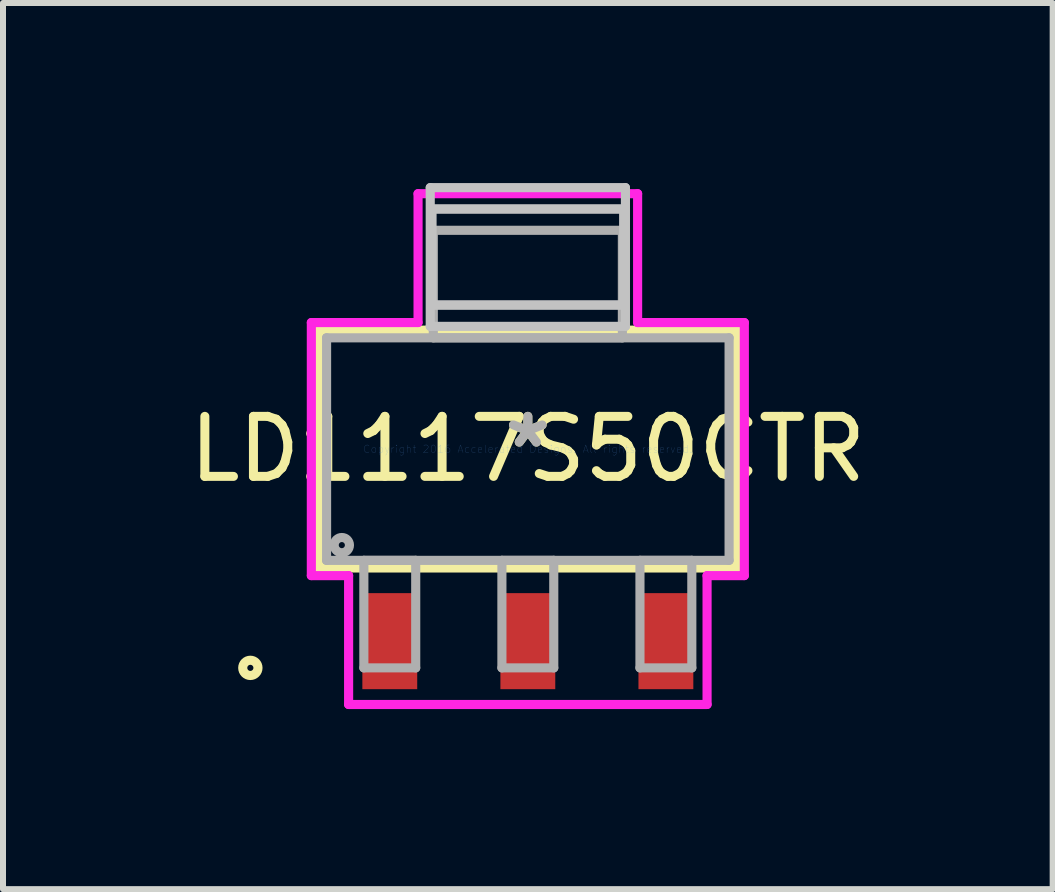
<source format=kicad_pcb>
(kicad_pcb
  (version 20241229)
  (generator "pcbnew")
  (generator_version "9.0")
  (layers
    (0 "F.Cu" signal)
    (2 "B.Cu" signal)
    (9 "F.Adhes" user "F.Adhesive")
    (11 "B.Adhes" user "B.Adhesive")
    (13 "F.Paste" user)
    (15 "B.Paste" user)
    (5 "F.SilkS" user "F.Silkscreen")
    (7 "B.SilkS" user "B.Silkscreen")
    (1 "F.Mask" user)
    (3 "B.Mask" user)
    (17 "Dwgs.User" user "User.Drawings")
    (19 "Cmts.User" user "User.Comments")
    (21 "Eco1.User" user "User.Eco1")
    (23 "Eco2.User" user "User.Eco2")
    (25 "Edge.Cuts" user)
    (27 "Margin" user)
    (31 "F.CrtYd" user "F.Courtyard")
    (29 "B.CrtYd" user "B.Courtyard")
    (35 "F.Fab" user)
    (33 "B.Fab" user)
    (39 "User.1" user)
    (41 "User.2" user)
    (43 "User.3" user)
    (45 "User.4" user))
  (footprint "LD1117S50CTR"
    (layer "F.Cu")
    (at 5.744 4.432)
    (property "Reference" "LD1117S50CTR" (at 0 0 0) (layer "F.SilkS") (effects (font (size 1 1) (thickness 0.15))))
    (attr through_hole)
    (fp_line (start -3.48 -1.981) (end -3.48 1.981) (stroke (width 0.152) (type solid)) (layer "F.SilkS"))
    (fp_line (start -3.48 1.981) (end 3.48 1.981) (stroke (width 0.152) (type solid)) (layer "F.SilkS"))
    (fp_line (start 3.48 -1.981) (end -3.48 -1.981) (stroke (width 0.152) (type solid)) (layer "F.SilkS"))
    (fp_line (start 3.48 1.981) (end 3.48 -1.981) (stroke (width 0.152) (type solid)) (layer "F.SilkS"))
    (fp_circle (center -4.623 3.645) (end -4.496 3.645) (stroke (width 0.152) (type solid)) (fill no) (layer "F.SilkS"))
    (fp_line (start -1.626 -4.356) (end -1.626 -2.045) (stroke (width 0.152) (type solid)) (layer "Dwgs.User"))
    (fp_line (start -1.626 -2.045) (end 1.626 -2.045) (stroke (width 0.152) (type solid)) (layer "Dwgs.User"))
    (fp_line (start -1.6 -4) (end -1.6 -2.4) (stroke (width 0.152) (type solid)) (layer "Dwgs.User"))
    (fp_line (start -1.6 -4) (end -1.6 -2.4) (stroke (width 0.152) (type solid)) (layer "Dwgs.User"))
    (fp_line (start -1.6 -2.4) (end 1.6 -2.4) (stroke (width 0.152) (type solid)) (layer "Dwgs.User"))
    (fp_line (start -1.6 -2.4) (end 1.6 -2.4) (stroke (width 0.152) (type solid)) (layer "Dwgs.User"))
    (fp_line (start 1.6 -4) (end -1.6 -4) (stroke (width 0.152) (type solid)) (layer "Dwgs.User"))
    (fp_line (start 1.6 -4) (end -1.6 -4) (stroke (width 0.152) (type solid)) (layer "Dwgs.User"))
    (fp_line (start 1.6 -2.4) (end 1.6 -4) (stroke (width 0.152) (type solid)) (layer "Dwgs.User"))
    (fp_line (start 1.6 -2.4) (end 1.6 -4) (stroke (width 0.152) (type solid)) (layer "Dwgs.User"))
    (fp_line (start 1.626 -4.356) (end -1.626 -4.356) (stroke (width 0.152) (type solid)) (layer "Dwgs.User"))
    (fp_line (start 1.626 -2.045) (end 1.626 -4.356) (stroke (width 0.152) (type solid)) (layer "Dwgs.User"))
    (fp_line (start -3.607 -2.108) (end -1.829 -2.108) (stroke (width 0.152) (type solid)) (layer "F.CrtYd"))
    (fp_line (start -3.607 2.108) (end -3.607 -2.108) (stroke (width 0.152) (type solid)) (layer "F.CrtYd"))
    (fp_line (start -2.986 2.108) (end -3.607 2.108) (stroke (width 0.152) (type solid)) (layer "F.CrtYd"))
    (fp_line (start -2.986 4.255) (end -2.986 2.108) (stroke (width 0.152) (type solid)) (layer "F.CrtYd"))
    (fp_line (start -1.829 -4.255) (end 1.829 -4.255) (stroke (width 0.152) (type solid)) (layer "F.CrtYd"))
    (fp_line (start -1.829 -2.108) (end -1.829 -4.255) (stroke (width 0.152) (type solid)) (layer "F.CrtYd"))
    (fp_line (start 1.829 -4.255) (end 1.829 -2.108) (stroke (width 0.152) (type solid)) (layer "F.CrtYd"))
    (fp_line (start 1.829 -2.108) (end 3.607 -2.108) (stroke (width 0.152) (type solid)) (layer "F.CrtYd"))
    (fp_line (start 2.986 2.108) (end 2.986 4.255) (stroke (width 0.152) (type solid)) (layer "F.CrtYd"))
    (fp_line (start 2.986 4.255) (end -2.986 4.255) (stroke (width 0.152) (type solid)) (layer "F.CrtYd"))
    (fp_line (start 3.607 -2.108) (end 3.607 2.108) (stroke (width 0.152) (type solid)) (layer "F.CrtYd"))
    (fp_line (start 3.607 2.108) (end 2.986 2.108) (stroke (width 0.152) (type solid)) (layer "F.CrtYd"))
    (fp_line (start -3.353 -1.854) (end -3.353 1.854) (stroke (width 0.152) (type solid)) (layer "F.Fab"))
    (fp_line (start -3.353 1.854) (end 3.353 1.854) (stroke (width 0.152) (type solid)) (layer "F.Fab"))
    (fp_line (start -2.732 1.854) (end -2.732 3.645) (stroke (width 0.152) (type solid)) (layer "F.Fab"))
    (fp_line (start -2.732 3.645) (end -1.868 3.645) (stroke (width 0.152) (type solid)) (layer "F.Fab"))
    (fp_line (start -1.868 1.854) (end -2.732 1.854) (stroke (width 0.152) (type solid)) (layer "F.Fab"))
    (fp_line (start -1.868 3.645) (end -1.868 1.854) (stroke (width 0.152) (type solid)) (layer "F.Fab"))
    (fp_line (start -1.575 -3.645) (end -1.575 -1.854) (stroke (width 0.152) (type solid)) (layer "F.Fab"))
    (fp_line (start -1.575 -1.854) (end 1.575 -1.854) (stroke (width 0.152) (type solid)) (layer "F.Fab"))
    (fp_line (start -0.432 1.854) (end -0.432 3.645) (stroke (width 0.152) (type solid)) (layer "F.Fab"))
    (fp_line (start -0.432 3.645) (end 0.432 3.645) (stroke (width 0.152) (type solid)) (layer "F.Fab"))
    (fp_line (start 0.432 1.854) (end -0.432 1.854) (stroke (width 0.152) (type solid)) (layer "F.Fab"))
    (fp_line (start 0.432 3.645) (end 0.432 1.854) (stroke (width 0.152) (type solid)) (layer "F.Fab"))
    (fp_line (start 1.575 -3.645) (end -1.575 -3.645) (stroke (width 0.152) (type solid)) (layer "F.Fab"))
    (fp_line (start 1.575 -1.854) (end 1.575 -3.645) (stroke (width 0.152) (type solid)) (layer "F.Fab"))
    (fp_line (start 1.868 1.854) (end 1.868 3.645) (stroke (width 0.152) (type solid)) (layer "F.Fab"))
    (fp_line (start 1.868 3.645) (end 2.732 3.645) (stroke (width 0.152) (type solid)) (layer "F.Fab"))
    (fp_line (start 2.732 1.854) (end 1.868 1.854) (stroke (width 0.152) (type solid)) (layer "F.Fab"))
    (fp_line (start 2.732 3.645) (end 2.732 1.854) (stroke (width 0.152) (type solid)) (layer "F.Fab"))
    (fp_line (start 3.353 -1.854) (end -3.353 -1.854) (stroke (width 0.152) (type solid)) (layer "F.Fab"))
    (fp_line (start 3.353 1.854) (end 3.353 -1.854) (stroke (width 0.152) (type solid)) (layer "F.Fab"))
    (fp_circle (center -3.099 1.6) (end -2.972 1.6) (stroke (width 0.152) (type solid)) (fill no) (layer "F.Fab"))
    (fp_text user "*" (at 0 0 0) (layer "F.SilkS") (effects (font (size 1 1) (thickness 0.15))))
    (fp_text user "Copyright 2016 Accelerated Designs. All rights reserved." (at 0 0 0) (layer "Cmts.User") (effects (font (size 0.127 0.127) (thickness 0.002))))
    (fp_text user "*" (at 0 0 0) (layer "F.Fab") (effects (font (size 1 1) (thickness 0.15))))
    (pad "1" smd rect (at -2.3 3.2) (size 0.914 1.6) (layers "F.Cu" "F.Mask" "F.Paste"))
    (pad "2" smd rect (at 0 3.2) (size 0.914 1.6) (layers "F.Cu" "F.Mask" "F.Paste"))
    (pad "3" smd rect (at 2.3 3.2) (size 0.914 1.6) (layers "F.Cu" "F.Mask" "F.Paste")))
  (gr_rect
    (start -3 -3)
    (end 14.488 11.763)
    (stroke (width 0.1) (type default))
    (fill no)
    (layer "Edge.Cuts")))
</source>
